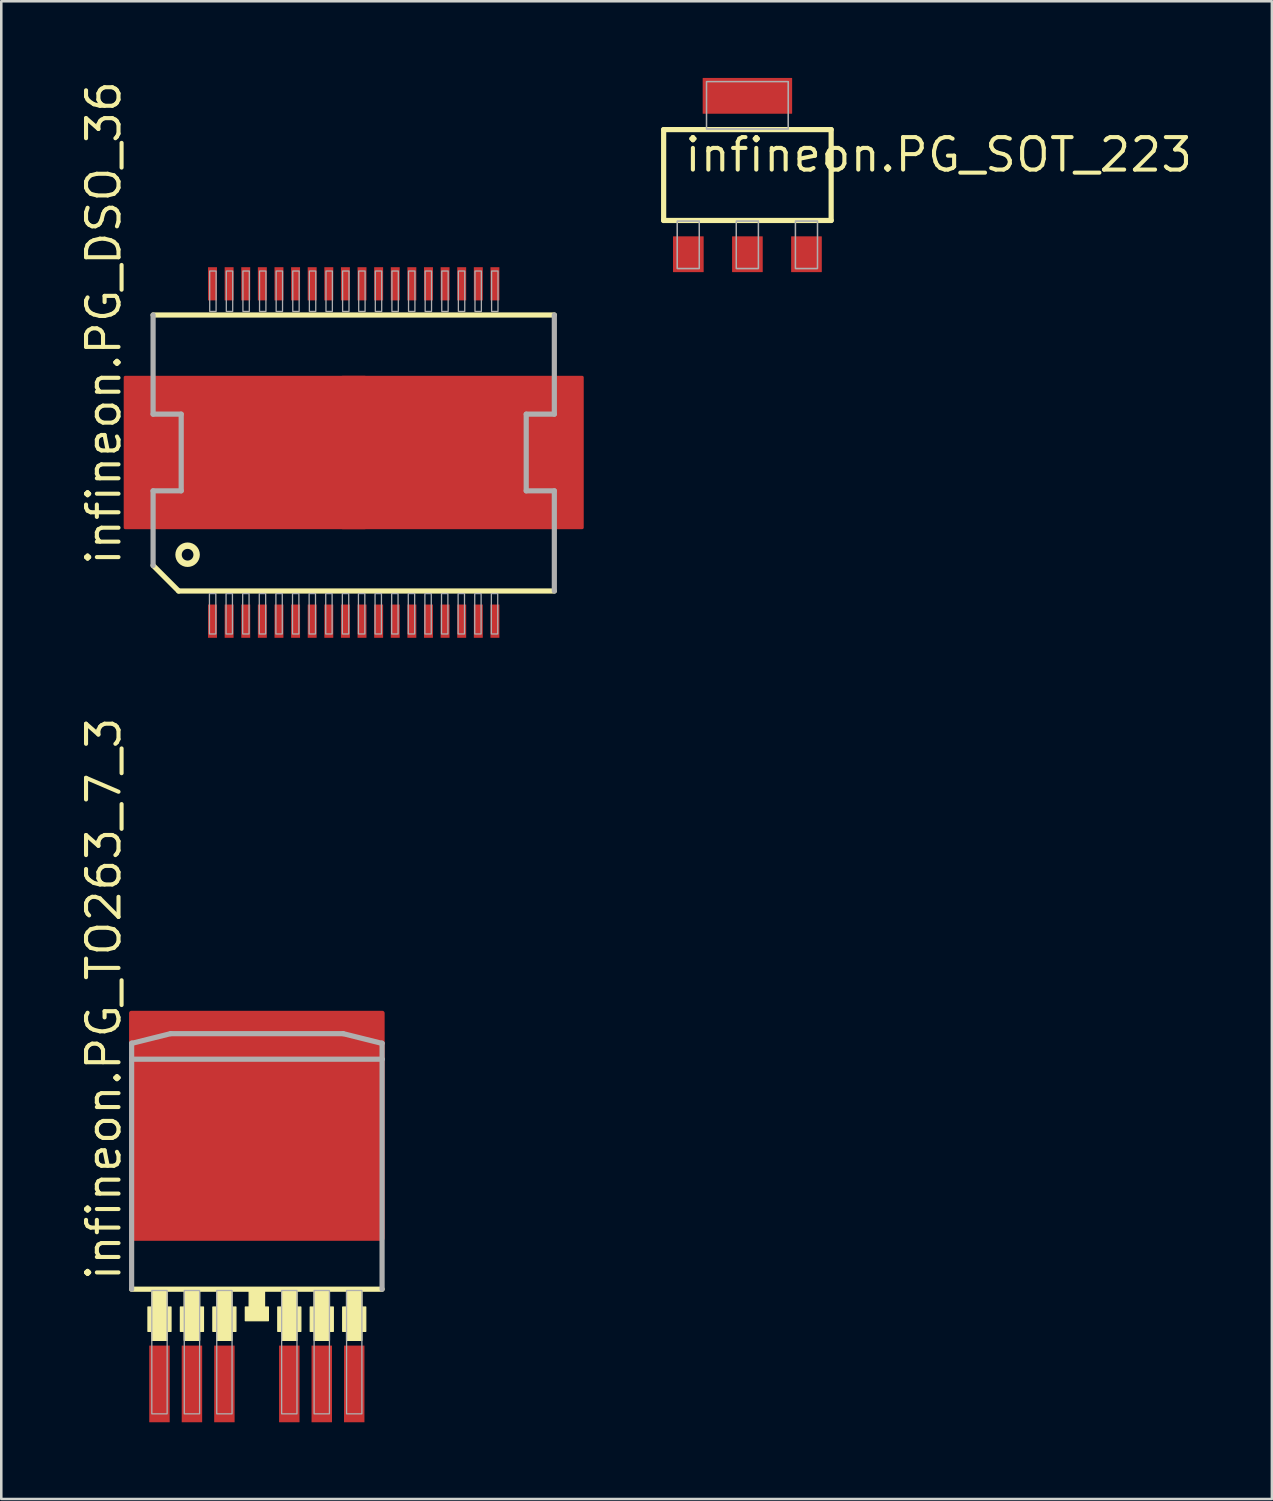
<source format=kicad_pcb>
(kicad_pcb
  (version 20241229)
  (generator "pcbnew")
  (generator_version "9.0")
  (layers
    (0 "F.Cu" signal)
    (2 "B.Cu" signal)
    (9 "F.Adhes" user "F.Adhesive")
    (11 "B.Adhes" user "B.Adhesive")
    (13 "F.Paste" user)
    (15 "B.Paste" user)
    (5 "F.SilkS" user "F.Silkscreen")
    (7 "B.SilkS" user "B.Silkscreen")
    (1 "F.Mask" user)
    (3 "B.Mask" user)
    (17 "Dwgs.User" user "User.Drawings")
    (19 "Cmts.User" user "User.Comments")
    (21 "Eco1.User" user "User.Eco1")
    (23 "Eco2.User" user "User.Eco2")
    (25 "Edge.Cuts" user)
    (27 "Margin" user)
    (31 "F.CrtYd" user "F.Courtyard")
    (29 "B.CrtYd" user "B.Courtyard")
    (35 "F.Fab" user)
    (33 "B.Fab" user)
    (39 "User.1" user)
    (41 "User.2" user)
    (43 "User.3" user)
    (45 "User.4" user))
  (footprint "infineon.PG_TO263_7_3"
    (layer "F.Cu")
    (at 7 41.894)
    (property "Reference" "infineon.PG_TO263_7_3" (at -5.25 5.25 90) (layer "F.SilkS") (effects (font (size 1.27 1.27) (thickness 0.16)) (justify left bottom)))
    (attr smd)
    (fp_line (start -4.9 5.5) (end 4.9 5.5) (stroke (width 0.203) (type default)) (layer "F.SilkS"))
    (fp_rect (start -4.26 7.15) (end -3.36 6.197) (stroke (width 0.05) (type default)) (fill yes) (layer "F.SilkS"))
    (fp_rect (start -4.11 7.5) (end -3.51 5.55) (stroke (width 0.05) (type default)) (fill yes) (layer "F.SilkS"))
    (fp_rect (start -2.99 7.15) (end -2.09 6.197) (stroke (width 0.05) (type default)) (fill yes) (layer "F.SilkS"))
    (fp_rect (start -2.84 7.5) (end -2.24 5.55) (stroke (width 0.05) (type default)) (fill yes) (layer "F.SilkS"))
    (fp_rect (start -1.72 7.15) (end -0.82 6.197) (stroke (width 0.05) (type default)) (fill yes) (layer "F.SilkS"))
    (fp_rect (start -1.57 7.5) (end -0.97 5.55) (stroke (width 0.05) (type default)) (fill yes) (layer "F.SilkS"))
    (fp_rect (start -0.45 6.731) (end 0.45 6.197) (stroke (width 0.05) (type default)) (fill yes) (layer "F.SilkS"))
    (fp_rect (start -0.3 6.604) (end 0.3 5.55) (stroke (width 0.05) (type default)) (fill yes) (layer "F.SilkS"))
    (fp_rect (start 0.82 7.15) (end 1.72 6.197) (stroke (width 0.05) (type default)) (fill yes) (layer "F.SilkS"))
    (fp_rect (start 0.97 7.5) (end 1.57 5.55) (stroke (width 0.05) (type default)) (fill yes) (layer "F.SilkS"))
    (fp_rect (start 2.09 7.15) (end 2.99 6.197) (stroke (width 0.05) (type default)) (fill yes) (layer "F.SilkS"))
    (fp_rect (start 2.24 7.5) (end 2.84 5.55) (stroke (width 0.05) (type default)) (fill yes) (layer "F.SilkS"))
    (fp_rect (start 3.36 7.15) (end 4.26 6.197) (stroke (width 0.05) (type default)) (fill yes) (layer "F.SilkS"))
    (fp_rect (start 3.51 7.5) (end 4.11 5.55) (stroke (width 0.05) (type default)) (fill yes) (layer "F.SilkS"))
    (fp_line (start -4.9 -4.125) (end -4.9 -3.5) (stroke (width 0.203) (type default)) (layer "F.Fab"))
    (fp_line (start -4.9 -3.5) (end -4.9 5.5) (stroke (width 0.203) (type default)) (layer "F.Fab"))
    (fp_line (start -4.875 -4.125) (end -4.9 -4.125) (stroke (width 0.203) (type default)) (layer "F.Fab"))
    (fp_line (start -3.375 -4.5) (end -4.875 -4.125) (stroke (width 0.203) (type default)) (layer "F.Fab"))
    (fp_line (start 3.375 -4.5) (end -3.375 -4.5) (stroke (width 0.203) (type default)) (layer "F.Fab"))
    (fp_line (start 4.875 -4.125) (end 3.375 -4.5) (stroke (width 0.203) (type default)) (layer "F.Fab"))
    (fp_line (start 4.9 -4.125) (end 4.875 -4.125) (stroke (width 0.203) (type default)) (layer "F.Fab"))
    (fp_line (start 4.9 -3.5) (end -4.9 -3.5) (stroke (width 0.203) (type default)) (layer "F.Fab"))
    (fp_line (start 4.9 -3.5) (end 4.9 -4.125) (stroke (width 0.203) (type default)) (layer "F.Fab"))
    (fp_line (start 4.9 5.5) (end 4.9 -3.5) (stroke (width 0.203) (type default)) (layer "F.Fab"))
    (fp_rect (start -4.11 10.375) (end -3.51 5.55) (stroke (width 0.05) (type default)) (fill no) (layer "F.Fab"))
    (fp_rect (start -2.84 10.375) (end -2.24 5.55) (stroke (width 0.05) (type default)) (fill no) (layer "F.Fab"))
    (fp_rect (start -1.57 10.375) (end -0.97 5.55) (stroke (width 0.05) (type default)) (fill no) (layer "F.Fab"))
    (fp_rect (start 0.97 10.375) (end 1.57 5.55) (stroke (width 0.05) (type default)) (fill no) (layer "F.Fab"))
    (fp_rect (start 2.24 10.375) (end 2.84 5.55) (stroke (width 0.05) (type default)) (fill no) (layer "F.Fab"))
    (fp_rect (start 3.51 10.375) (end 4.11 5.55) (stroke (width 0.05) (type default)) (fill no) (layer "F.Fab"))
    (pad "1" smd roundrect (at -3.81 9.207) (size 0.8 3) (layers "F.Cu" "F.Mask" "F.Paste") (roundrect_rratio 0.01))
    (pad "2" smd roundrect (at -2.54 9.207) (size 0.8 3) (layers "F.Cu" "F.Mask" "F.Paste") (roundrect_rratio 0.01))
    (pad "3" smd roundrect (at -1.27 9.207) (size 0.8 3) (layers "F.Cu" "F.Mask" "F.Paste") (roundrect_rratio 0.01))
    (pad "5" smd roundrect (at 1.27 9.207) (size 0.8 3) (layers "F.Cu" "F.Mask" "F.Paste") (roundrect_rratio 0.01))
    (pad "6" smd roundrect (at 2.54 9.207) (size 0.8 3) (layers "F.Cu" "F.Mask" "F.Paste") (roundrect_rratio 0.01))
    (pad "7" smd roundrect (at 3.81 9.207) (size 0.8 3) (layers "F.Cu" "F.Mask" "F.Paste") (roundrect_rratio 0.01))
    (pad "8" smd roundrect (at 0 -0.895) (size 10 9) (layers "F.Cu" "F.Mask" "F.Paste") (roundrect_rratio 0.01)))
  (footprint "infineon.PG_DSO_36"
    (layer "F.Cu")
    (at 10.79 14.655)
    (property "Reference" "infineon.PG_DSO_36" (at -9.04 4.5 90) (layer "F.SilkS") (effects (font (size 1.27 1.27) (thickness 0.16)) (justify left bottom)))
    (attr smd)
    (fp_rect (start -9 -1.25) (end 9 -3) (stroke (width 0.05) (type default)) (fill yes) (layer "F.Mask"))
    (fp_rect (start -9 3) (end 9 1.25) (stroke (width 0.05) (type default)) (fill yes) (layer "F.Mask"))
    (fp_rect (start -8 1.25) (end 8 -1.25) (stroke (width 0.05) (type default)) (fill yes) (layer "F.Mask"))
    (fp_line (start -7.85 -5.38) (end 7.85 -5.38) (stroke (width 0.203) (type default)) (layer "F.SilkS"))
    (fp_line (start -6.85 5.42) (end -7.85 4.42) (stroke (width 0.203) (type default)) (layer "F.SilkS"))
    (fp_line (start 7.85 5.42) (end -6.85 5.42) (stroke (width 0.203) (type default)) (layer "F.SilkS"))
    (fp_circle (center -6.5 4) (end -6.146 4) (stroke (width 0.25) (type default)) (fill no) (layer "F.SilkS"))
    (fp_rect (start -7.5 -1.25) (end 7.5 -2.5) (stroke (width 0.05) (type default)) (fill yes) (layer "F.Paste"))
    (fp_rect (start -7.5 2.5) (end 7.5 1.25) (stroke (width 0.05) (type default)) (fill yes) (layer "F.Paste"))
    (fp_rect (start -6.75 1.5) (end 7 -1.5) (stroke (width 0.05) (type default)) (fill yes) (layer "F.Paste"))
    (fp_line (start -7.85 -1.5) (end -7.85 -5.38) (stroke (width 0.203) (type default)) (layer "F.Fab"))
    (fp_line (start -7.85 1.5) (end -6.75 1.5) (stroke (width 0.203) (type default)) (layer "F.Fab"))
    (fp_line (start -7.85 4.42) (end -7.85 1.5) (stroke (width 0.203) (type default)) (layer "F.Fab"))
    (fp_line (start -6.75 -1.5) (end -7.85 -1.5) (stroke (width 0.203) (type default)) (layer "F.Fab"))
    (fp_line (start -6.75 1.5) (end -6.75 -1.5) (stroke (width 0.203) (type default)) (layer "F.Fab"))
    (fp_line (start 6.75 -1.5) (end 6.75 1.5) (stroke (width 0.203) (type default)) (layer "F.Fab"))
    (fp_line (start 6.75 1.5) (end 7.85 1.5) (stroke (width 0.203) (type default)) (layer "F.Fab"))
    (fp_line (start 7.85 -5.38) (end 7.85 -1.5) (stroke (width 0.203) (type default)) (layer "F.Fab"))
    (fp_line (start 7.85 -1.5) (end 6.75 -1.5) (stroke (width 0.203) (type default)) (layer "F.Fab"))
    (fp_line (start 7.85 1.5) (end 7.85 5.42) (stroke (width 0.203) (type default)) (layer "F.Fab"))
    (fp_rect (start -5.645 7.1) (end -5.395 5.52) (stroke (width 0.05) (type default)) (fill no) (layer "F.Fab"))
    (fp_rect (start -5.635 -5.52) (end -5.385 -7.1) (stroke (width 0.05) (type default)) (fill no) (layer "F.Fab"))
    (fp_rect (start -4.995 7.1) (end -4.745 5.52) (stroke (width 0.05) (type default)) (fill no) (layer "F.Fab"))
    (fp_rect (start -4.985 -5.52) (end -4.735 -7.1) (stroke (width 0.05) (type default)) (fill no) (layer "F.Fab"))
    (fp_rect (start -4.345 7.1) (end -4.095 5.52) (stroke (width 0.05) (type default)) (fill no) (layer "F.Fab"))
    (fp_rect (start -4.335 -5.52) (end -4.085 -7.1) (stroke (width 0.05) (type default)) (fill no) (layer "F.Fab"))
    (fp_rect (start -3.695 7.1) (end -3.445 5.52) (stroke (width 0.05) (type default)) (fill no) (layer "F.Fab"))
    (fp_rect (start -3.685 -5.52) (end -3.435 -7.1) (stroke (width 0.05) (type default)) (fill no) (layer "F.Fab"))
    (fp_rect (start -3.045 7.1) (end -2.795 5.52) (stroke (width 0.05) (type default)) (fill no) (layer "F.Fab"))
    (fp_rect (start -3.035 -5.52) (end -2.785 -7.1) (stroke (width 0.05) (type default)) (fill no) (layer "F.Fab"))
    (fp_rect (start -2.395 7.1) (end -2.145 5.52) (stroke (width 0.05) (type default)) (fill no) (layer "F.Fab"))
    (fp_rect (start -2.385 -5.52) (end -2.135 -7.1) (stroke (width 0.05) (type default)) (fill no) (layer "F.Fab"))
    (fp_rect (start -1.745 7.1) (end -1.495 5.52) (stroke (width 0.05) (type default)) (fill no) (layer "F.Fab"))
    (fp_rect (start -1.735 -5.52) (end -1.485 -7.1) (stroke (width 0.05) (type default)) (fill no) (layer "F.Fab"))
    (fp_rect (start -1.095 7.1) (end -0.845 5.52) (stroke (width 0.05) (type default)) (fill no) (layer "F.Fab"))
    (fp_rect (start -1.085 -5.52) (end -0.835 -7.1) (stroke (width 0.05) (type default)) (fill no) (layer "F.Fab"))
    (fp_rect (start -0.445 7.1) (end -0.195 5.52) (stroke (width 0.05) (type default)) (fill no) (layer "F.Fab"))
    (fp_rect (start -0.435 -5.52) (end -0.185 -7.1) (stroke (width 0.05) (type default)) (fill no) (layer "F.Fab"))
    (fp_rect (start 0.185 7.1) (end 0.435 5.52) (stroke (width 0.05) (type default)) (fill no) (layer "F.Fab"))
    (fp_rect (start 0.195 -5.52) (end 0.445 -7.1) (stroke (width 0.05) (type default)) (fill no) (layer "F.Fab"))
    (fp_rect (start 0.835 7.1) (end 1.085 5.52) (stroke (width 0.05) (type default)) (fill no) (layer "F.Fab"))
    (fp_rect (start 0.845 -5.52) (end 1.095 -7.1) (stroke (width 0.05) (type default)) (fill no) (layer "F.Fab"))
    (fp_rect (start 1.485 7.1) (end 1.735 5.52) (stroke (width 0.05) (type default)) (fill no) (layer "F.Fab"))
    (fp_rect (start 1.495 -5.52) (end 1.745 -7.1) (stroke (width 0.05) (type default)) (fill no) (layer "F.Fab"))
    (fp_rect (start 2.135 7.1) (end 2.385 5.52) (stroke (width 0.05) (type default)) (fill no) (layer "F.Fab"))
    (fp_rect (start 2.145 -5.52) (end 2.395 -7.1) (stroke (width 0.05) (type default)) (fill no) (layer "F.Fab"))
    (fp_rect (start 2.785 7.1) (end 3.035 5.52) (stroke (width 0.05) (type default)) (fill no) (layer "F.Fab"))
    (fp_rect (start 2.795 -5.52) (end 3.045 -7.1) (stroke (width 0.05) (type default)) (fill no) (layer "F.Fab"))
    (fp_rect (start 3.435 7.1) (end 3.685 5.52) (stroke (width 0.05) (type default)) (fill no) (layer "F.Fab"))
    (fp_rect (start 3.445 -5.52) (end 3.695 -7.1) (stroke (width 0.05) (type default)) (fill no) (layer "F.Fab"))
    (fp_rect (start 4.085 7.1) (end 4.335 5.52) (stroke (width 0.05) (type default)) (fill no) (layer "F.Fab"))
    (fp_rect (start 4.095 -5.52) (end 4.345 -7.1) (stroke (width 0.05) (type default)) (fill no) (layer "F.Fab"))
    (fp_rect (start 4.735 7.1) (end 4.985 5.52) (stroke (width 0.05) (type default)) (fill no) (layer "F.Fab"))
    (fp_rect (start 4.745 -5.52) (end 4.995 -7.1) (stroke (width 0.05) (type default)) (fill no) (layer "F.Fab"))
    (fp_rect (start 5.385 7.1) (end 5.635 5.52) (stroke (width 0.05) (type default)) (fill no) (layer "F.Fab"))
    (fp_rect (start 5.395 -5.52) (end 5.645 -7.1) (stroke (width 0.05) (type default)) (fill no) (layer "F.Fab"))
    (pad "1" smd roundrect (at -5.525 6.6) (size 0.35 1.3) (layers "F.Cu" "F.Mask" "F.Paste") (roundrect_rratio 0.01))
    (pad "2" smd roundrect (at -4.875 6.6) (size 0.35 1.3) (layers "F.Cu" "F.Mask" "F.Paste") (roundrect_rratio 0.01))
    (pad "3" smd roundrect (at -4.225 6.6) (size 0.35 1.3) (layers "F.Cu" "F.Mask" "F.Paste") (roundrect_rratio 0.01))
    (pad "4" smd roundrect (at -3.575 6.6) (size 0.35 1.3) (layers "F.Cu" "F.Mask" "F.Paste") (roundrect_rratio 0.01))
    (pad "5" smd roundrect (at -2.925 6.6) (size 0.35 1.3) (layers "F.Cu" "F.Mask" "F.Paste") (roundrect_rratio 0.01))
    (pad "6" smd roundrect (at -2.275 6.6) (size 0.35 1.3) (layers "F.Cu" "F.Mask" "F.Paste") (roundrect_rratio 0.01))
    (pad "7" smd roundrect (at -1.625 6.6) (size 0.35 1.3) (layers "F.Cu" "F.Mask" "F.Paste") (roundrect_rratio 0.01))
    (pad "8" smd roundrect (at -0.975 6.6) (size 0.35 1.3) (layers "F.Cu" "F.Mask" "F.Paste") (roundrect_rratio 0.01))
    (pad "9" smd roundrect (at -0.325 6.6) (size 0.35 1.3) (layers "F.Cu" "F.Mask" "F.Paste") (roundrect_rratio 0.01))
    (pad "10" smd roundrect (at 0.325 6.6) (size 0.35 1.3) (layers "F.Cu" "F.Mask" "F.Paste") (roundrect_rratio 0.01))
    (pad "11" smd roundrect (at 0.975 6.6) (size 0.35 1.3) (layers "F.Cu" "F.Mask" "F.Paste") (roundrect_rratio 0.01))
    (pad "12" smd roundrect (at 1.625 6.6) (size 0.35 1.3) (layers "F.Cu" "F.Mask" "F.Paste") (roundrect_rratio 0.01))
    (pad "13" smd roundrect (at 2.275 6.6) (size 0.35 1.3) (layers "F.Cu" "F.Mask" "F.Paste") (roundrect_rratio 0.01))
    (pad "14" smd roundrect (at 2.925 6.6) (size 0.35 1.3) (layers "F.Cu" "F.Mask" "F.Paste") (roundrect_rratio 0.01))
    (pad "15" smd roundrect (at 3.575 6.6) (size 0.35 1.3) (layers "F.Cu" "F.Mask" "F.Paste") (roundrect_rratio 0.01))
    (pad "16" smd roundrect (at 4.225 6.6) (size 0.35 1.3) (layers "F.Cu" "F.Mask" "F.Paste") (roundrect_rratio 0.01))
    (pad "17" smd roundrect (at 4.875 6.6) (size 0.35 1.3) (layers "F.Cu" "F.Mask" "F.Paste") (roundrect_rratio 0.01))
    (pad "18" smd roundrect (at 5.525 6.6) (size 0.35 1.3) (layers "F.Cu" "F.Mask" "F.Paste") (roundrect_rratio 0.01))
    (pad "19" smd roundrect (at 5.525 -6.6 180) (size 0.35 1.3) (layers "F.Cu" "F.Mask" "F.Paste") (roundrect_rratio 0.01))
    (pad "20" smd roundrect (at 4.875 -6.6 180) (size 0.35 1.3) (layers "F.Cu" "F.Mask" "F.Paste") (roundrect_rratio 0.01))
    (pad "21" smd roundrect (at 4.225 -6.6 180) (size 0.35 1.3) (layers "F.Cu" "F.Mask" "F.Paste") (roundrect_rratio 0.01))
    (pad "22" smd roundrect (at 3.575 -6.6 180) (size 0.35 1.3) (layers "F.Cu" "F.Mask" "F.Paste") (roundrect_rratio 0.01))
    (pad "23" smd roundrect (at 2.925 -6.6 180) (size 0.35 1.3) (layers "F.Cu" "F.Mask" "F.Paste") (roundrect_rratio 0.01))
    (pad "24" smd roundrect (at 2.275 -6.6 180) (size 0.35 1.3) (layers "F.Cu" "F.Mask" "F.Paste") (roundrect_rratio 0.01))
    (pad "25" smd roundrect (at 1.625 -6.6 180) (size 0.35 1.3) (layers "F.Cu" "F.Mask" "F.Paste") (roundrect_rratio 0.01))
    (pad "26" smd roundrect (at 0.975 -6.6 180) (size 0.35 1.3) (layers "F.Cu" "F.Mask" "F.Paste") (roundrect_rratio 0.01))
    (pad "27" smd roundrect (at 0.325 -6.6 180) (size 0.35 1.3) (layers "F.Cu" "F.Mask" "F.Paste") (roundrect_rratio 0.01))
    (pad "28" smd roundrect (at -0.325 -6.6 180) (size 0.35 1.3) (layers "F.Cu" "F.Mask" "F.Paste") (roundrect_rratio 0.01))
    (pad "29" smd roundrect (at -0.975 -6.6 180) (size 0.35 1.3) (layers "F.Cu" "F.Mask" "F.Paste") (roundrect_rratio 0.01))
    (pad "30" smd roundrect (at -1.625 -6.6 180) (size 0.35 1.3) (layers "F.Cu" "F.Mask" "F.Paste") (roundrect_rratio 0.01))
    (pad "31" smd roundrect (at -2.275 -6.6 180) (size 0.35 1.3) (layers "F.Cu" "F.Mask" "F.Paste") (roundrect_rratio 0.01))
    (pad "32" smd roundrect (at -2.925 -6.6 180) (size 0.35 1.3) (layers "F.Cu" "F.Mask" "F.Paste") (roundrect_rratio 0.01))
    (pad "33" smd roundrect (at -3.575 -6.6 180) (size 0.35 1.3) (layers "F.Cu" "F.Mask" "F.Paste") (roundrect_rratio 0.01))
    (pad "34" smd roundrect (at -4.225 -6.6 180) (size 0.35 1.3) (layers "F.Cu" "F.Mask" "F.Paste") (roundrect_rratio 0.01))
    (pad "35" smd roundrect (at -4.875 -6.6 180) (size 0.35 1.3) (layers "F.Cu" "F.Mask" "F.Paste") (roundrect_rratio 0.01))
    (pad "36" smd roundrect (at -5.525 -6.6 180) (size 0.35 1.3) (layers "F.Cu" "F.Mask" "F.Paste") (roundrect_rratio 0.01))
    (pad "TH@1" smd roundrect (at -4.25 0) (size 9.5 6) (layers "F.Cu" "F.Mask" "F.Paste") (roundrect_rratio 0.01))
    (pad "TH@2" smd roundrect (at 4.25 0) (size 9.5 6) (layers "F.Cu" "F.Mask" "F.Paste") (roundrect_rratio 0.01)))
  (footprint "infineon.PG_SOT_223"
    (layer "F.Cu")
    (at 26.194 3.799)
    (property "Reference" "infineon.PG_SOT_223" (at -2.54 -0.051 0) (layer "F.SilkS") (effects (font (size 1.27 1.27) (thickness 0.16)) (justify left bottom)))
    (attr smd)
    (fp_line (start -3.277 -1.778) (end 3.277 -1.778) (stroke (width 0.203) (type default)) (layer "F.SilkS"))
    (fp_line (start -3.277 1.778) (end -3.277 -1.778) (stroke (width 0.203) (type default)) (layer "F.SilkS"))
    (fp_line (start 3.277 -1.778) (end 3.277 1.778) (stroke (width 0.203) (type default)) (layer "F.SilkS"))
    (fp_line (start 3.277 1.778) (end -3.277 1.778) (stroke (width 0.203) (type default)) (layer "F.SilkS"))
    (fp_rect (start -2.743 3.658) (end -1.88 1.803) (stroke (width 0.05) (type default)) (fill no) (layer "F.Fab"))
    (fp_rect (start -2.743 3.658) (end -1.88 1.803) (stroke (width 0.05) (type default)) (fill no) (layer "F.Fab"))
    (fp_rect (start -1.6 -1.803) (end 1.6 -3.658) (stroke (width 0.05) (type default)) (fill no) (layer "F.Fab"))
    (fp_rect (start -1.6 -1.803) (end 1.6 -3.658) (stroke (width 0.05) (type default)) (fill no) (layer "F.Fab"))
    (fp_rect (start -0.432 3.658) (end 0.432 1.803) (stroke (width 0.05) (type default)) (fill no) (layer "F.Fab"))
    (fp_rect (start -0.432 3.658) (end 0.432 1.803) (stroke (width 0.05) (type default)) (fill no) (layer "F.Fab"))
    (fp_rect (start 1.88 3.658) (end 2.743 1.803) (stroke (width 0.05) (type default)) (fill no) (layer "F.Fab"))
    (fp_rect (start 1.88 3.658) (end 2.743 1.803) (stroke (width 0.05) (type default)) (fill no) (layer "F.Fab"))
    (pad "1" smd roundrect (at -2.311 3.099) (size 1.2 1.4) (layers "F.Cu" "F.Mask" "F.Paste") (roundrect_rratio 0.01))
    (pad "2" smd roundrect (at 0 3.099) (size 1.2 1.4) (layers "F.Cu" "F.Mask" "F.Paste") (roundrect_rratio 0.01))
    (pad "3" smd roundrect (at 2.311 3.099) (size 1.2 1.4) (layers "F.Cu" "F.Mask" "F.Paste") (roundrect_rratio 0.01))
    (pad "4" smd roundrect (at 0 -3.099) (size 3.5 1.4) (layers "F.Cu" "F.Mask" "F.Paste") (roundrect_rratio 0.01)))
  (gr_rect
    (start -3 -3)
    (end 46.716 55.602)
    (stroke (width 0.1) (type default))
    (fill no)
    (layer "Edge.Cuts")))
</source>
